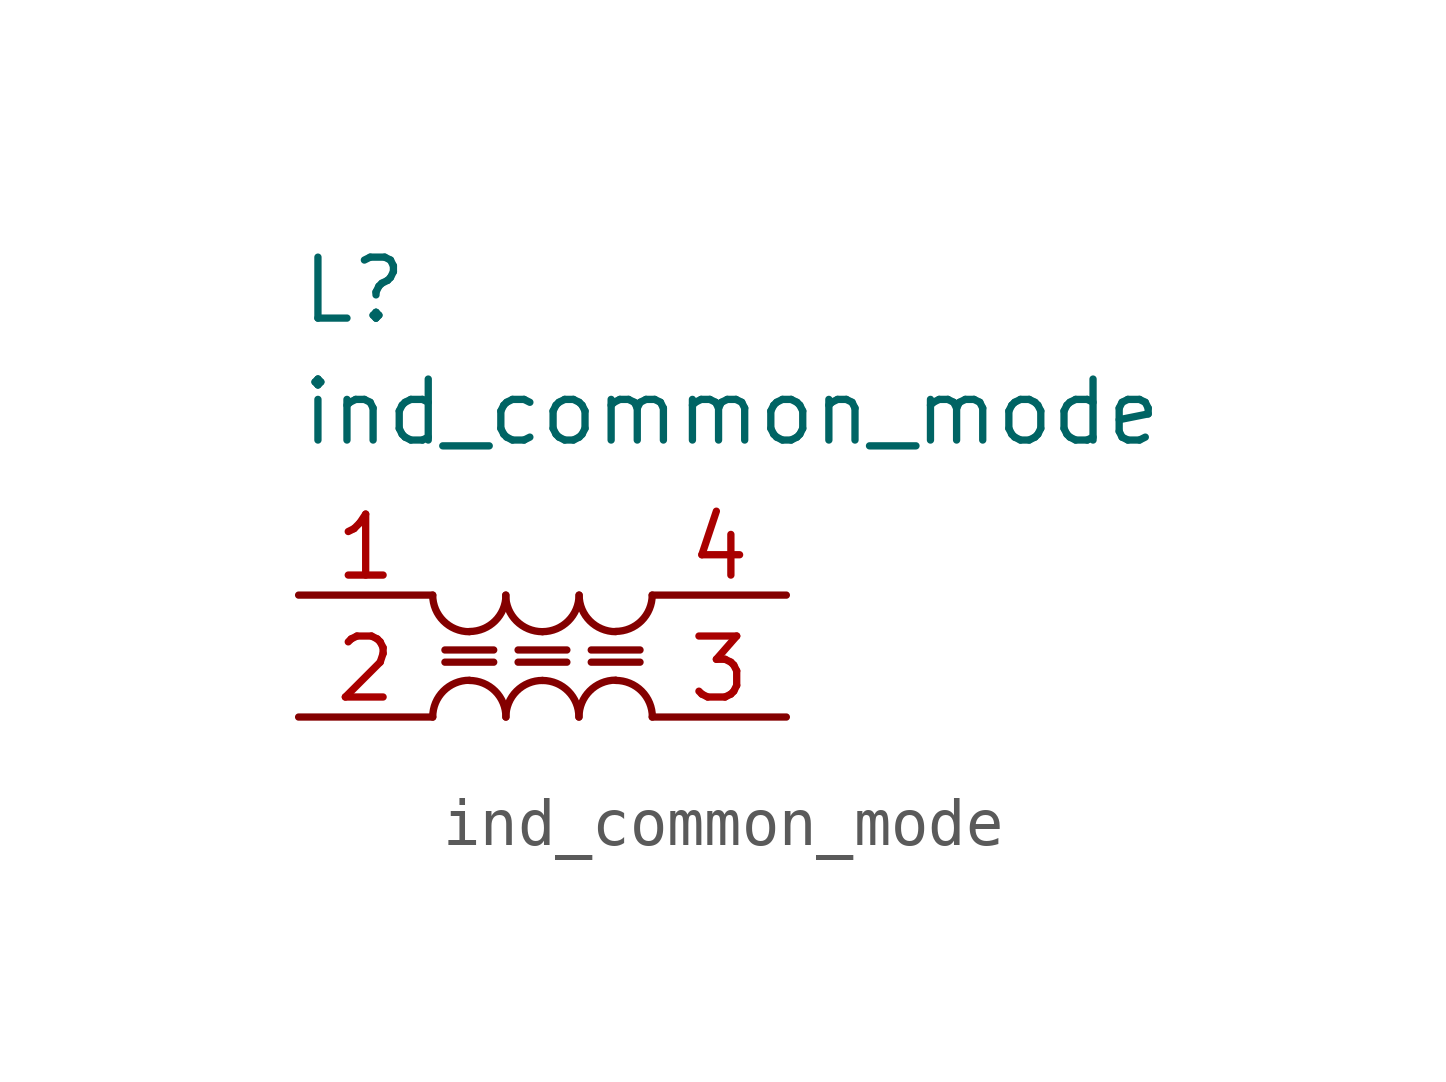
<source format=kicad_sym>
(kicad_symbol_lib
  (version 20241209)
  (generator "kicad_symbol_editor")
  (generator_version "9.0")
  (symbol "ind_common_mode"
    (property "Reference" "L"
      (at 0 6.35 0)
      (effects (font (size 1.27 1.27)) (justify left)))
    (property "Value" "ind_common_mode"
      (at 0 3.81 0)
      (effects (font (size 1.27 1.27)) (justify left)))
    (symbol "ind_common_mode_0_1"
      (polyline (pts (xy 3.048 -1.143) (xy 4.064 -1.143)) (stroke (width 0) (type default)) (fill (type none)))
      (polyline (pts (xy 3.048 -1.397) (xy 4.064 -1.397)) (stroke (width 0) (type default)) (fill (type none)))
      (arc (start 3.5552 -0.7628) (mid 3.0166 -0.5394) (end 2.7932 -0.0008) (stroke (width 0) (type default)) (fill (type none)))
      (arc (start 4.3187 -0.0007) (mid 4.0953 -0.5393) (end 3.5567 -0.7627) (stroke (width 0) (type default)) (fill (type none)))
      (arc (start 2.794 -2.54) (mid 3.0172 -2.0012) (end 3.556 -1.778) (stroke (width 0) (type default)) (fill (type none)))
      (arc (start 3.556 -1.778) (mid 4.0948 -2.0012) (end 4.318 -2.54) (stroke (width 0) (type default)) (fill (type none)))
      (polyline (pts (xy 4.572 -1.143) (xy 5.588 -1.143)) (stroke (width 0) (type default)) (fill (type none)))
      (arc (start 5.08 -0.762) (mid 4.5412 -0.5388) (end 4.318 0) (stroke (width 0) (type default)) (fill (type none)))
      (arc (start 5.842 0) (mid 5.6188 -0.5388) (end 5.08 -0.762) (stroke (width 0) (type default)) (fill (type none)))
      (arc (start 4.318 -2.54) (mid 4.5412 -2.0012) (end 5.08 -1.778) (stroke (width 0) (type default)) (fill (type none)))
      (arc (start 5.08 -1.778) (mid 5.6188 -2.0012) (end 5.842 -2.54) (stroke (width 0) (type default)) (fill (type none)))
      (polyline (pts (xy 5.588 -1.397) (xy 4.572 -1.397)) (stroke (width 0) (type default)) (fill (type none)))
      (arc (start 6.604 -0.762) (mid 6.0652 -0.5388) (end 5.842 0) (stroke (width 0) (type default)) (fill (type none)))
      (arc (start 7.366 0) (mid 7.1428 -0.5388) (end 6.604 -0.762) (stroke (width 0) (type default)) (fill (type none)))
      (arc (start 5.8413 -2.5393) (mid 6.0647 -2.0007) (end 6.6033 -1.7773) (stroke (width 0) (type default)) (fill (type none)))
      (arc (start 6.6048 -1.7772) (mid 7.1434 -2.0006) (end 7.3668 -2.5392) (stroke (width 0) (type default)) (fill (type none)))
      (polyline (pts (xy 7.112 -1.143) (xy 6.096 -1.143)) (stroke (width 0) (type default)) (fill (type none)))
      (polyline (pts (xy 7.112 -1.397) (xy 6.096 -1.397)) (stroke (width 0) (type default)) (fill (type none))))
    (symbol "ind_common_mode_1_1"
      (pin passive line (at 0 0 0) (length 2.794) (name "~" (effects (font (size 1.27 1.27)))) (number "1" (effects (font (size 1.27 1.27)))))
      (pin passive line (at 0 -2.54 0) (length 2.794) (name "~" (effects (font (size 1.27 1.27)))) (number "2" (effects (font (size 1.27 1.27)))))
      (pin passive line (at 10.16 0 180) (length 2.794) (name "~" (effects (font (size 1.27 1.27)))) (number "4" (effects (font (size 1.27 1.27)))))
      (pin passive line (at 10.16 -2.54 180) (length 2.794) (name "~" (effects (font (size 1.27 1.27)))) (number "3" (effects (font (size 1.27 1.27))))))))
</source>
